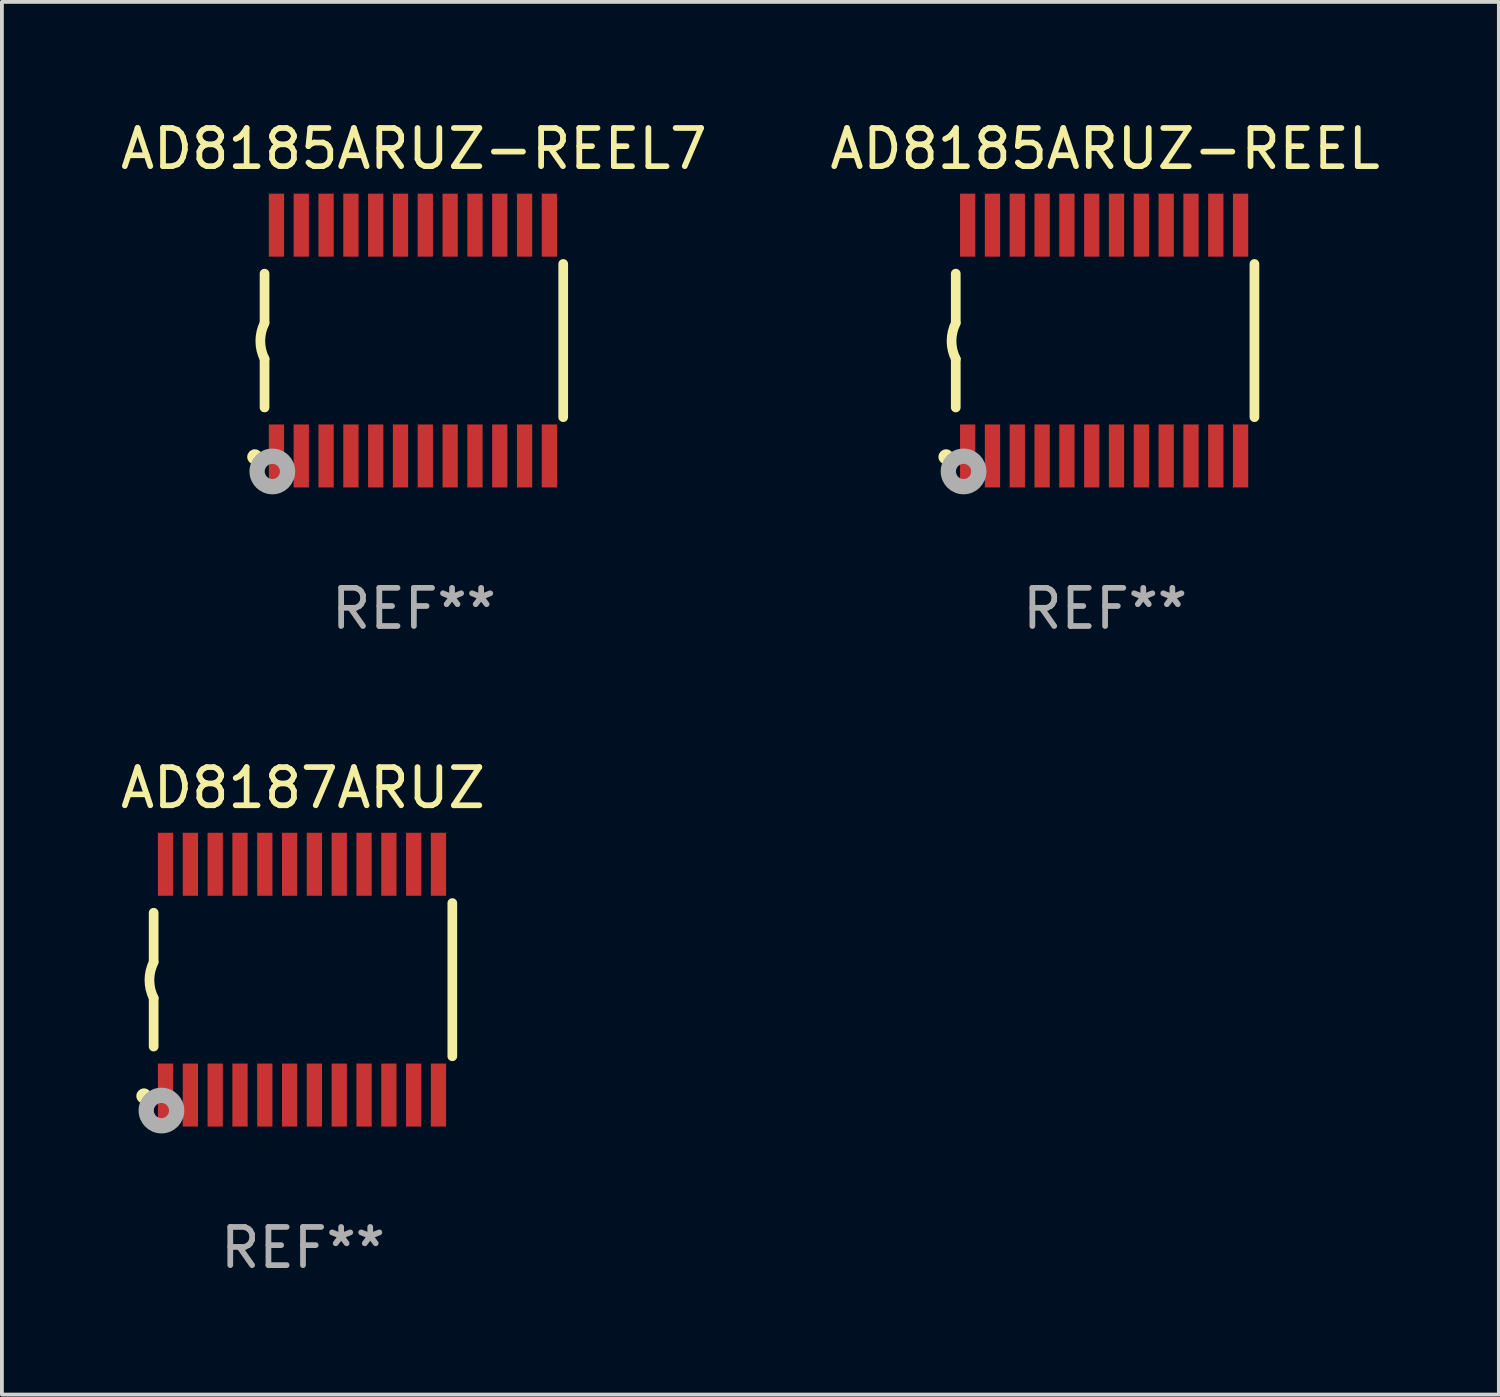
<source format=kicad_pcb>
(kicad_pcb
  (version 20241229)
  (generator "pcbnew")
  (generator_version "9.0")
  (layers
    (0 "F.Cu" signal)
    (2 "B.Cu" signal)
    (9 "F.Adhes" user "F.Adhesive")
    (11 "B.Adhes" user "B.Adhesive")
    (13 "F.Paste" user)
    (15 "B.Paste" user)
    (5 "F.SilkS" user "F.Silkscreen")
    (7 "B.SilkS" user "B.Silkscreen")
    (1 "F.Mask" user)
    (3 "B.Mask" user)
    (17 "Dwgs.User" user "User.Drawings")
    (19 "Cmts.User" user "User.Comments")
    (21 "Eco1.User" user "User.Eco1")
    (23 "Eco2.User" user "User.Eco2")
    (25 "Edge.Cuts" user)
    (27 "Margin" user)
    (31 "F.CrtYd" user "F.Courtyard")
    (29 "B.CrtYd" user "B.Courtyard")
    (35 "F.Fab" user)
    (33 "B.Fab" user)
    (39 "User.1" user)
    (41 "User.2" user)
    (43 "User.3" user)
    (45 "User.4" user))
  (footprint "AD8187ARUZ"
    (layer "F.Cu")
    (at 4.887 22.613)
    (property "Reference" "AD8187ARUZ" (at 0 -5.023 0) (layer "F.SilkS") (effects (font (size 1 1) (thickness 0.15))))
    (attr through_hole)
    (fp_line (start -3.912 -0.483) (end -3.912 -1.753) (stroke (width 0.254) (type solid)) (layer "F.SilkS"))
    (fp_line (start -3.912 1.753) (end -3.912 0.483) (stroke (width 0.254) (type solid)) (layer "F.SilkS"))
    (fp_line (start 3.912 -2.007) (end 3.912 2.007) (stroke (width 0.254) (type solid)) (layer "F.SilkS"))
    (fp_arc (start -3.911608 0.482601) (mid -4.022537 0.0127) (end -3.911608 -0.457201) (stroke (width 0.254001) (type solid)) (layer "F.SilkS"))
    (fp_circle (center -4.166 3.048) (end -4.066 3.048) (stroke (width 0.2) (type solid)) (fill no) (layer "F.SilkS"))
    (fp_circle (center -3.925 3.186) (end -3.895 3.186) (stroke (width 0.06) (type solid)) (fill no) (layer "F.SilkS"))
    (fp_circle (center -3.708 3.429) (end -3.509 3.429) (stroke (width 0.4) (type solid)) (fill no) (layer "F.Fab"))
    (fp_text user "REF**" (at 0 7.023 0) (layer "F.Fab") (effects (font (size 1 1) (thickness 0.15))))
    (pad "1" smd rect (at -3.6 3.023) (size 0.4 1.65) (layers "F.Cu" "F.Mask" "F.Paste"))
    (pad "2" smd rect (at -2.95 3.023) (size 0.4 1.65) (layers "F.Cu" "F.Mask" "F.Paste"))
    (pad "3" smd rect (at -2.3 3.023) (size 0.4 1.65) (layers "F.Cu" "F.Mask" "F.Paste"))
    (pad "4" smd rect (at -1.65 3.023) (size 0.4 1.65) (layers "F.Cu" "F.Mask" "F.Paste"))
    (pad "5" smd rect (at -1 3.023) (size 0.4 1.65) (layers "F.Cu" "F.Mask" "F.Paste"))
    (pad "6" smd rect (at -0.35 3.023) (size 0.4 1.65) (layers "F.Cu" "F.Mask" "F.Paste"))
    (pad "7" smd rect (at 0.299 3.023) (size 0.4 1.65) (layers "F.Cu" "F.Mask" "F.Paste"))
    (pad "8" smd rect (at 0.95 3.023) (size 0.4 1.65) (layers "F.Cu" "F.Mask" "F.Paste"))
    (pad "9" smd rect (at 1.6 3.023) (size 0.4 1.65) (layers "F.Cu" "F.Mask" "F.Paste"))
    (pad "10" smd rect (at 2.25 3.023) (size 0.4 1.65) (layers "F.Cu" "F.Mask" "F.Paste"))
    (pad "11" smd rect (at 2.9 3.023) (size 0.4 1.65) (layers "F.Cu" "F.Mask" "F.Paste"))
    (pad "12" smd rect (at 3.549 3.023) (size 0.4 1.65) (layers "F.Cu" "F.Mask" "F.Paste"))
    (pad "13" smd rect (at 3.549 -3.023) (size 0.4 1.65) (layers "F.Cu" "F.Mask" "F.Paste"))
    (pad "14" smd rect (at 2.9 -3.023) (size 0.4 1.65) (layers "F.Cu" "F.Mask" "F.Paste"))
    (pad "15" smd rect (at 2.25 -3.023) (size 0.4 1.65) (layers "F.Cu" "F.Mask" "F.Paste"))
    (pad "16" smd rect (at 1.6 -3.023) (size 0.4 1.65) (layers "F.Cu" "F.Mask" "F.Paste"))
    (pad "17" smd rect (at 0.95 -3.023) (size 0.4 1.65) (layers "F.Cu" "F.Mask" "F.Paste"))
    (pad "18" smd rect (at 0.299 -3.023) (size 0.4 1.65) (layers "F.Cu" "F.Mask" "F.Paste"))
    (pad "19" smd rect (at -0.35 -3.023) (size 0.4 1.65) (layers "F.Cu" "F.Mask" "F.Paste"))
    (pad "20" smd rect (at -1 -3.023) (size 0.4 1.65) (layers "F.Cu" "F.Mask" "F.Paste"))
    (pad "21" smd rect (at -1.65 -3.023) (size 0.4 1.65) (layers "F.Cu" "F.Mask" "F.Paste"))
    (pad "22" smd rect (at -2.3 -3.023) (size 0.4 1.65) (layers "F.Cu" "F.Mask" "F.Paste"))
    (pad "23" smd rect (at -2.95 -3.023) (size 0.4 1.65) (layers "F.Cu" "F.Mask" "F.Paste"))
    (pad "24" smd rect (at -3.6 -3.023) (size 0.4 1.65) (layers "F.Cu" "F.Mask" "F.Paste")))
  (footprint "AD8185ARUZ-REEL7"
    (layer "F.Cu")
    (at 7.792 5.871)
    (property "Reference" "AD8185ARUZ-REEL7" (at 0 -5.023 0) (layer "F.SilkS") (effects (font (size 1 1) (thickness 0.15))))
    (attr through_hole)
    (fp_line (start -3.912 -0.483) (end -3.912 -1.753) (stroke (width 0.254) (type solid)) (layer "F.SilkS"))
    (fp_line (start -3.912 1.753) (end -3.912 0.483) (stroke (width 0.254) (type solid)) (layer "F.SilkS"))
    (fp_line (start 3.912 -2.007) (end 3.912 2.007) (stroke (width 0.254) (type solid)) (layer "F.SilkS"))
    (fp_arc (start -3.911608 0.482601) (mid -4.022537 0.0127) (end -3.911608 -0.457201) (stroke (width 0.254001) (type solid)) (layer "F.SilkS"))
    (fp_circle (center -4.166 3.048) (end -4.066 3.048) (stroke (width 0.2) (type solid)) (fill no) (layer "F.SilkS"))
    (fp_circle (center -3.925 3.186) (end -3.895 3.186) (stroke (width 0.06) (type solid)) (fill no) (layer "F.SilkS"))
    (fp_circle (center -3.708 3.429) (end -3.509 3.429) (stroke (width 0.4) (type solid)) (fill no) (layer "F.Fab"))
    (fp_text user "REF**" (at 0 7.023 0) (layer "F.Fab") (effects (font (size 1 1) (thickness 0.15))))
    (pad "1" smd rect (at -3.6 3.023) (size 0.4 1.65) (layers "F.Cu" "F.Mask" "F.Paste"))
    (pad "2" smd rect (at -2.95 3.023) (size 0.4 1.65) (layers "F.Cu" "F.Mask" "F.Paste"))
    (pad "3" smd rect (at -2.3 3.023) (size 0.4 1.65) (layers "F.Cu" "F.Mask" "F.Paste"))
    (pad "4" smd rect (at -1.65 3.023) (size 0.4 1.65) (layers "F.Cu" "F.Mask" "F.Paste"))
    (pad "5" smd rect (at -1 3.023) (size 0.4 1.65) (layers "F.Cu" "F.Mask" "F.Paste"))
    (pad "6" smd rect (at -0.35 3.023) (size 0.4 1.65) (layers "F.Cu" "F.Mask" "F.Paste"))
    (pad "7" smd rect (at 0.299 3.023) (size 0.4 1.65) (layers "F.Cu" "F.Mask" "F.Paste"))
    (pad "8" smd rect (at 0.95 3.023) (size 0.4 1.65) (layers "F.Cu" "F.Mask" "F.Paste"))
    (pad "9" smd rect (at 1.6 3.023) (size 0.4 1.65) (layers "F.Cu" "F.Mask" "F.Paste"))
    (pad "10" smd rect (at 2.25 3.023) (size 0.4 1.65) (layers "F.Cu" "F.Mask" "F.Paste"))
    (pad "11" smd rect (at 2.9 3.023) (size 0.4 1.65) (layers "F.Cu" "F.Mask" "F.Paste"))
    (pad "12" smd rect (at 3.549 3.023) (size 0.4 1.65) (layers "F.Cu" "F.Mask" "F.Paste"))
    (pad "13" smd rect (at 3.549 -3.023) (size 0.4 1.65) (layers "F.Cu" "F.Mask" "F.Paste"))
    (pad "14" smd rect (at 2.9 -3.023) (size 0.4 1.65) (layers "F.Cu" "F.Mask" "F.Paste"))
    (pad "15" smd rect (at 2.25 -3.023) (size 0.4 1.65) (layers "F.Cu" "F.Mask" "F.Paste"))
    (pad "16" smd rect (at 1.6 -3.023) (size 0.4 1.65) (layers "F.Cu" "F.Mask" "F.Paste"))
    (pad "17" smd rect (at 0.95 -3.023) (size 0.4 1.65) (layers "F.Cu" "F.Mask" "F.Paste"))
    (pad "18" smd rect (at 0.299 -3.023) (size 0.4 1.65) (layers "F.Cu" "F.Mask" "F.Paste"))
    (pad "19" smd rect (at -0.35 -3.023) (size 0.4 1.65) (layers "F.Cu" "F.Mask" "F.Paste"))
    (pad "20" smd rect (at -1 -3.023) (size 0.4 1.65) (layers "F.Cu" "F.Mask" "F.Paste"))
    (pad "21" smd rect (at -1.65 -3.023) (size 0.4 1.65) (layers "F.Cu" "F.Mask" "F.Paste"))
    (pad "22" smd rect (at -2.3 -3.023) (size 0.4 1.65) (layers "F.Cu" "F.Mask" "F.Paste"))
    (pad "23" smd rect (at -2.95 -3.023) (size 0.4 1.65) (layers "F.Cu" "F.Mask" "F.Paste"))
    (pad "24" smd rect (at -3.6 -3.023) (size 0.4 1.65) (layers "F.Cu" "F.Mask" "F.Paste")))
  (footprint "AD8185ARUZ-REEL"
    (layer "F.Cu")
    (at 25.899 5.871)
    (property "Reference" "AD8185ARUZ-REEL" (at 0 -5.023 0) (layer "F.SilkS") (effects (font (size 1 1) (thickness 0.15))))
    (attr through_hole)
    (fp_line (start -3.912 -0.483) (end -3.912 -1.753) (stroke (width 0.254) (type solid)) (layer "F.SilkS"))
    (fp_line (start -3.912 1.753) (end -3.912 0.483) (stroke (width 0.254) (type solid)) (layer "F.SilkS"))
    (fp_line (start 3.912 -2.007) (end 3.912 2.007) (stroke (width 0.254) (type solid)) (layer "F.SilkS"))
    (fp_arc (start -3.911608 0.482601) (mid -4.022537 0.0127) (end -3.911608 -0.457201) (stroke (width 0.254001) (type solid)) (layer "F.SilkS"))
    (fp_circle (center -4.166 3.048) (end -4.066 3.048) (stroke (width 0.2) (type solid)) (fill no) (layer "F.SilkS"))
    (fp_circle (center -3.925 3.186) (end -3.895 3.186) (stroke (width 0.06) (type solid)) (fill no) (layer "F.SilkS"))
    (fp_circle (center -3.708 3.429) (end -3.509 3.429) (stroke (width 0.4) (type solid)) (fill no) (layer "F.Fab"))
    (fp_text user "REF**" (at 0 7.023 0) (layer "F.Fab") (effects (font (size 1 1) (thickness 0.15))))
    (pad "1" smd rect (at -3.6 3.023) (size 0.4 1.65) (layers "F.Cu" "F.Mask" "F.Paste"))
    (pad "2" smd rect (at -2.95 3.023) (size 0.4 1.65) (layers "F.Cu" "F.Mask" "F.Paste"))
    (pad "3" smd rect (at -2.3 3.023) (size 0.4 1.65) (layers "F.Cu" "F.Mask" "F.Paste"))
    (pad "4" smd rect (at -1.65 3.023) (size 0.4 1.65) (layers "F.Cu" "F.Mask" "F.Paste"))
    (pad "5" smd rect (at -1 3.023) (size 0.4 1.65) (layers "F.Cu" "F.Mask" "F.Paste"))
    (pad "6" smd rect (at -0.35 3.023) (size 0.4 1.65) (layers "F.Cu" "F.Mask" "F.Paste"))
    (pad "7" smd rect (at 0.299 3.023) (size 0.4 1.65) (layers "F.Cu" "F.Mask" "F.Paste"))
    (pad "8" smd rect (at 0.95 3.023) (size 0.4 1.65) (layers "F.Cu" "F.Mask" "F.Paste"))
    (pad "9" smd rect (at 1.6 3.023) (size 0.4 1.65) (layers "F.Cu" "F.Mask" "F.Paste"))
    (pad "10" smd rect (at 2.25 3.023) (size 0.4 1.65) (layers "F.Cu" "F.Mask" "F.Paste"))
    (pad "11" smd rect (at 2.9 3.023) (size 0.4 1.65) (layers "F.Cu" "F.Mask" "F.Paste"))
    (pad "12" smd rect (at 3.549 3.023) (size 0.4 1.65) (layers "F.Cu" "F.Mask" "F.Paste"))
    (pad "13" smd rect (at 3.549 -3.023) (size 0.4 1.65) (layers "F.Cu" "F.Mask" "F.Paste"))
    (pad "14" smd rect (at 2.9 -3.023) (size 0.4 1.65) (layers "F.Cu" "F.Mask" "F.Paste"))
    (pad "15" smd rect (at 2.25 -3.023) (size 0.4 1.65) (layers "F.Cu" "F.Mask" "F.Paste"))
    (pad "16" smd rect (at 1.6 -3.023) (size 0.4 1.65) (layers "F.Cu" "F.Mask" "F.Paste"))
    (pad "17" smd rect (at 0.95 -3.023) (size 0.4 1.65) (layers "F.Cu" "F.Mask" "F.Paste"))
    (pad "18" smd rect (at 0.299 -3.023) (size 0.4 1.65) (layers "F.Cu" "F.Mask" "F.Paste"))
    (pad "19" smd rect (at -0.35 -3.023) (size 0.4 1.65) (layers "F.Cu" "F.Mask" "F.Paste"))
    (pad "20" smd rect (at -1 -3.023) (size 0.4 1.65) (layers "F.Cu" "F.Mask" "F.Paste"))
    (pad "21" smd rect (at -1.65 -3.023) (size 0.4 1.65) (layers "F.Cu" "F.Mask" "F.Paste"))
    (pad "22" smd rect (at -2.3 -3.023) (size 0.4 1.65) (layers "F.Cu" "F.Mask" "F.Paste"))
    (pad "23" smd rect (at -2.95 -3.023) (size 0.4 1.65) (layers "F.Cu" "F.Mask" "F.Paste"))
    (pad "24" smd rect (at -3.6 -3.023) (size 0.4 1.65) (layers "F.Cu" "F.Mask" "F.Paste")))
  (gr_rect
    (start -3 -3)
    (end 36.214 33.483)
    (stroke (width 0.1) (type default))
    (fill no)
    (layer "Edge.Cuts")))
</source>
